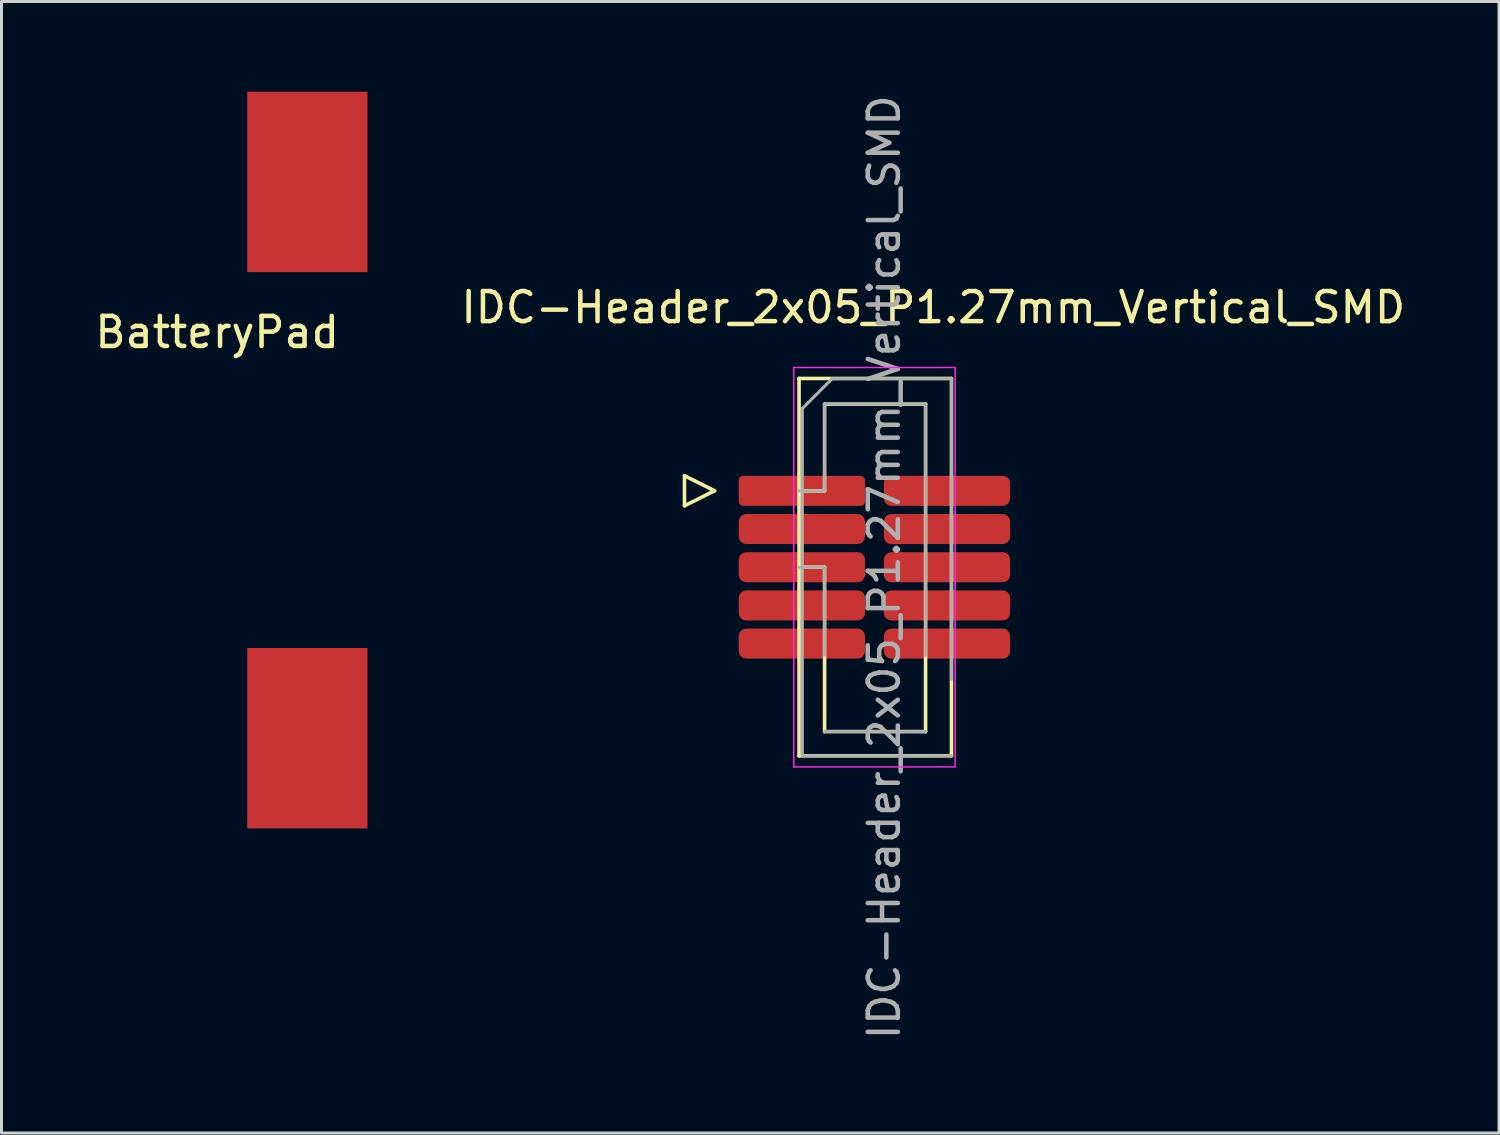
<source format=kicad_pcb>
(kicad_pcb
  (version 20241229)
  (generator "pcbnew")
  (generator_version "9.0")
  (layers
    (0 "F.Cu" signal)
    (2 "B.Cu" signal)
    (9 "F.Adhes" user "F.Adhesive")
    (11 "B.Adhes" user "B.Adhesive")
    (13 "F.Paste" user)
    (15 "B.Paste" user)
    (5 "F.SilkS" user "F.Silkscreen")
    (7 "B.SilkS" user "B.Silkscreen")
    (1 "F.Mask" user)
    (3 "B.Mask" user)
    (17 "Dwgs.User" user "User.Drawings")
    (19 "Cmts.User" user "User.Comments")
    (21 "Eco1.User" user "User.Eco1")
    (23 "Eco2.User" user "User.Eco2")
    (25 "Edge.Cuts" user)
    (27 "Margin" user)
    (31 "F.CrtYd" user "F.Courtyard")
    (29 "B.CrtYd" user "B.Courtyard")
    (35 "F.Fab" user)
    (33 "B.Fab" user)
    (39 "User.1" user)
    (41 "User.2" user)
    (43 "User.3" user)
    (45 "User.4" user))
  (footprint "IDC-Header_2x05_P1.27mm_Vertical_SMD"
    (layer "F.Cu")
    (at 23.618 13.274)
    (property "Reference" "IDC-Header_2x05_P1.27mm_Vertical_SMD" (at 4.37 -6.1 0) (layer "F.SilkS") (effects (font (size 1 1) (thickness 0.15))))
    (attr through_hole)
    (fp_line (start -3.904 -0.502) (end -3.904 0.497) (stroke (width 0.12) (type solid)) (layer "F.SilkS"))
    (fp_line (start -3.904 0.497) (end -2.904 -0.003) (stroke (width 0.12) (type solid)) (layer "F.SilkS"))
    (fp_line (start -2.904 -0.003) (end -3.904 -0.502) (stroke (width 0.12) (type solid)) (layer "F.SilkS"))
    (fp_line (start -0.094 -3.737) (end 4.975 -3.737) (stroke (width 0.12) (type solid)) (layer "F.SilkS"))
    (fp_line (start -0.094 0) (end 0.755 0) (stroke (width 0.12) (type solid)) (layer "F.SilkS"))
    (fp_line (start -0.094 8.812) (end -0.094 -3.737) (stroke (width 0.12) (type solid)) (layer "F.SilkS"))
    (fp_line (start 0.755 -2.884) (end 4.114 -2.884) (stroke (width 0.12) (type solid)) (layer "F.SilkS"))
    (fp_line (start 0.755 0.001) (end 0.755 -2.884) (stroke (width 0.12) (type solid)) (layer "F.SilkS"))
    (fp_line (start 0.755 2.54) (end -0.094 2.54) (stroke (width 0.12) (type solid)) (layer "F.SilkS"))
    (fp_line (start 0.755 4.591) (end 0.755 4.591) (stroke (width 0.12) (type solid)) (layer "F.SilkS"))
    (fp_line (start 0.755 8.006) (end 0.755 2.541) (stroke (width 0.12) (type solid)) (layer "F.SilkS"))
    (fp_line (start 4.114 -2.884) (end 4.114 8.006) (stroke (width 0.12) (type solid)) (layer "F.SilkS"))
    (fp_line (start 4.114 8.006) (end 0.755 8.006) (stroke (width 0.12) (type solid)) (layer "F.SilkS"))
    (fp_line (start 4.975 -3.737) (end 4.975 8.812) (stroke (width 0.12) (type solid)) (layer "F.SilkS"))
    (fp_line (start 4.975 8.812) (end -0.094 8.812) (stroke (width 0.12) (type solid)) (layer "F.SilkS"))
    (fp_line (start -0.27 -4.103) (end -0.27 9.182) (stroke (width 0.05) (type solid)) (layer "F.CrtYd"))
    (fp_line (start -0.27 9.182) (end 5.096 9.182) (stroke (width 0.05) (type solid)) (layer "F.CrtYd"))
    (fp_line (start 5.096 -4.103) (end -0.27 -4.103) (stroke (width 0.05) (type solid)) (layer "F.CrtYd"))
    (fp_line (start 5.096 9.182) (end 5.096 -4.103) (stroke (width 0.05) (type solid)) (layer "F.CrtYd"))
    (fp_line (start -0.094 0) (end 0.755 0) (stroke (width 0.1) (type solid)) (layer "F.Fab"))
    (fp_line (start 0.016 -2.737) (end 1.016 -3.737) (stroke (width 0.1) (type solid)) (layer "F.Fab"))
    (fp_line (start 0.016 8.812) (end 0.016 -2.737) (stroke (width 0.1) (type solid)) (layer "F.Fab"))
    (fp_line (start 0.755 -2.884) (end 4.114 -2.884) (stroke (width 0.1) (type solid)) (layer "F.Fab"))
    (fp_line (start 0.755 0.001) (end 0.755 -2.884) (stroke (width 0.1) (type solid)) (layer "F.Fab"))
    (fp_line (start 0.755 2.54) (end -0.094 2.54) (stroke (width 0.1) (type solid)) (layer "F.Fab"))
    (fp_line (start 0.755 4.591) (end 0.755 4.591) (stroke (width 0.1) (type solid)) (layer "F.Fab"))
    (fp_line (start 0.755 5.461) (end 0.755 2.541) (stroke (width 0.1) (type solid)) (layer "F.Fab"))
    (fp_line (start 1.016 -3.732) (end 4.975 -3.732) (stroke (width 0.1) (type solid)) (layer "F.Fab"))
    (fp_line (start 4.114 -2.884) (end 4.114 5.461) (stroke (width 0.1) (type solid)) (layer "F.Fab"))
    (fp_line (start 4.114 8.001) (end 0.755 8.001) (stroke (width 0.1) (type solid)) (layer "F.Fab"))
    (fp_line (start 4.975 -3.732) (end 4.975 6.272) (stroke (width 0.1) (type solid)) (layer "F.Fab"))
    (fp_line (start 4.975 8.812) (end 0.016 8.812) (stroke (width 0.1) (type solid)) (layer "F.Fab"))
    (fp_text user "${REFERENCE}" (at 2.736 2.541 90) (layer "F.Fab") (effects (font (size 1 1) (thickness 0.15))))
    (pad "1" smd roundrect (at 0 0) (size 4.2 1) (layers "F.Cu" "F.Mask" "F.Paste") (roundrect_rratio 0.147))
    (pad "2" smd roundrect (at 4.826 0) (size 4.2 1) (layers "F.Cu" "F.Mask" "F.Paste") (roundrect_rratio 0.25))
    (pad "3" smd roundrect (at 0 1.27) (size 4.2 1) (layers "F.Cu" "F.Mask" "F.Paste") (roundrect_rratio 0.25))
    (pad "4" smd roundrect (at 4.826 1.27) (size 4.2 1) (layers "F.Cu" "F.Mask" "F.Paste") (roundrect_rratio 0.25))
    (pad "5" smd roundrect (at 0 2.54) (size 4.2 1) (layers "F.Cu" "F.Mask" "F.Paste") (roundrect_rratio 0.25))
    (pad "6" smd roundrect (at 4.826 2.54) (size 4.2 1) (layers "F.Cu" "F.Mask" "F.Paste") (roundrect_rratio 0.25))
    (pad "7" smd roundrect (at 0 3.81) (size 4.2 1) (layers "F.Cu" "F.Mask" "F.Paste") (roundrect_rratio 0.25))
    (pad "8" smd roundrect (at 4.826 3.81) (size 4.2 1) (layers "F.Cu" "F.Mask" "F.Paste") (roundrect_rratio 0.25))
    (pad "9" smd roundrect (at 0 5.08) (size 4.2 1) (layers "F.Cu" "F.Mask" "F.Paste") (roundrect_rratio 0.25))
    (pad "10" smd roundrect (at 4.826 5.08) (size 4.2 1) (layers "F.Cu" "F.Mask" "F.Paste") (roundrect_rratio 0.25)))
  (footprint "BatteryPad"
    (layer "F.Cu")
    (at 7.173 3)
    (property "Reference" "BatteryPad" (at -3 5 0) (layer "F.SilkS") (effects (font (size 1 1) (thickness 0.15))))
    (attr smd)
    (pad "1" smd rect (at 0 0) (size 4 6) (layers "F.Cu" "F.Mask"))
    (pad "1" smd rect (at 0 18.5) (size 4 6) (layers "F.Cu" "F.Mask")))
  (gr_rect
    (start -3 -3)
    (end 46.804 34.631)
    (stroke (width 0.1) (type default))
    (fill no)
    (layer "Edge.Cuts")))
</source>
